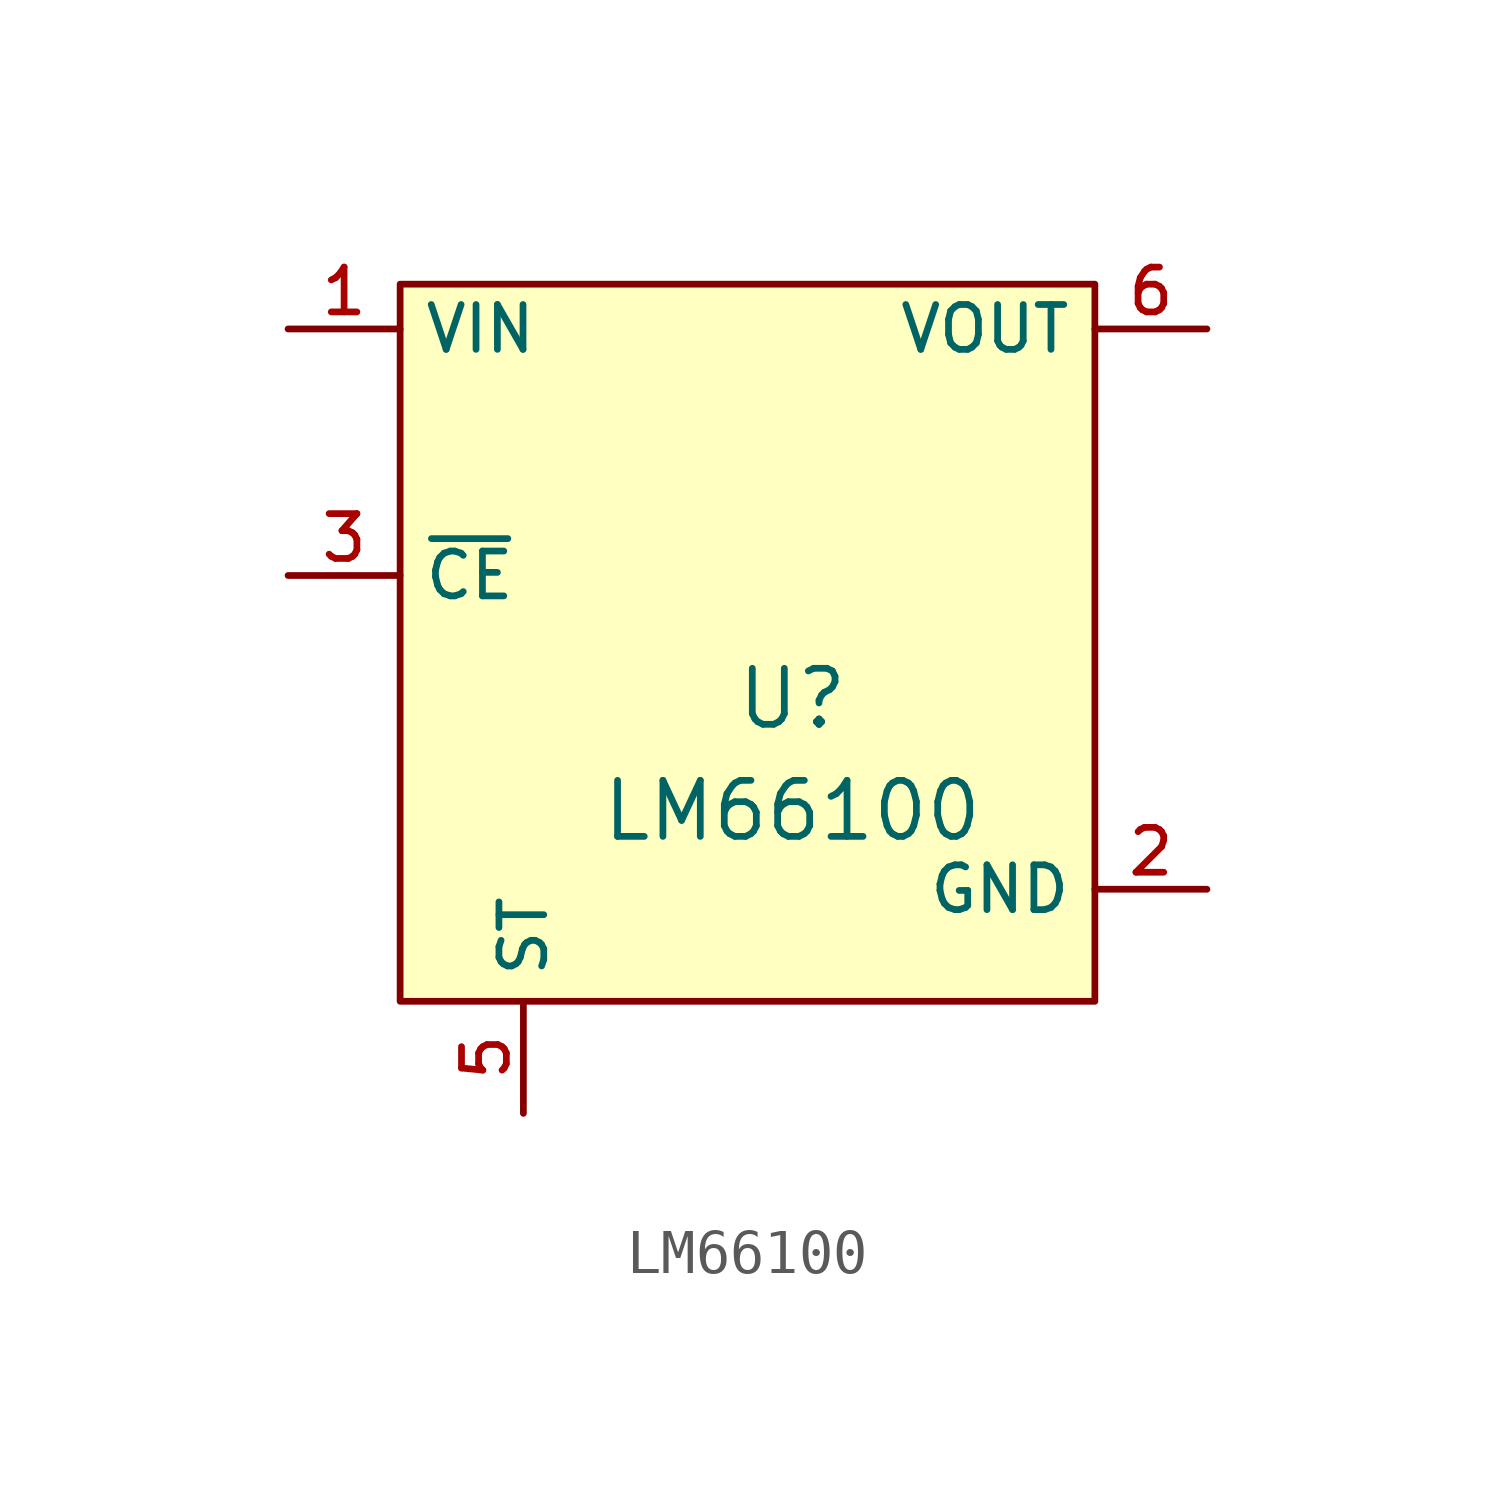
<source format=kicad_sym>
(kicad_symbol_lib
  (version 20211014)
  (generator kicad_symbol_editor)
  (symbol "LM66100"
    (property "Reference" "U"
      (at 0 1.524 0)
      (effects (font (size 1.27 1.27))))
    (property "Value" "LM66100"
      (at 0 -1.016 0)
      (effects (font (size 1.27 1.27))))
    (symbol "LM66100_0_0"
      (pin power_in line (at -11.43 9.906 0) (length 2.54) (name "VIN" (effects (font (size 1.016 1.016)))) (number "1" (effects (font (size 1.016 1.016)))))
      (pin power_in line (at 9.398 -2.794 180) (length 2.54) (name "GND" (effects (font (size 1.016 1.016)))) (number "2" (effects (font (size 1.016 1.016)))))
      (pin input line (at -11.43 4.318 0) (length 2.54) (name "~{CE}" (effects (font (size 1.016 1.016)))) (number "3" (effects (font (size 1.016 1.016)))))
      (pin no_connect line (at 6.858 1.778 180) (length 2.54) hide (name "N/C" (effects (font (size 1.016 1.016)))) (number "4" (effects (font (size 1.016 1.016)))))
      (pin open_collector line (at -6.096 -7.874 90) (length 2.54) (name "ST" (effects (font (size 1.016 1.016)))) (number "5" (effects (font (size 1.016 1.016)))))
      (pin power_out line (at 9.398 9.906 180) (length 2.54) (name "VOUT" (effects (font (size 1.016 1.016)))) (number "6" (effects (font (size 1.016 1.016))))))
    (symbol "LM66100_0_1"
      (rectangle (start -8.89 10.922) (end 6.858 -5.334) (stroke (width 0) (type default) (color 0 0 0 0)) (fill (type background))))))
</source>
